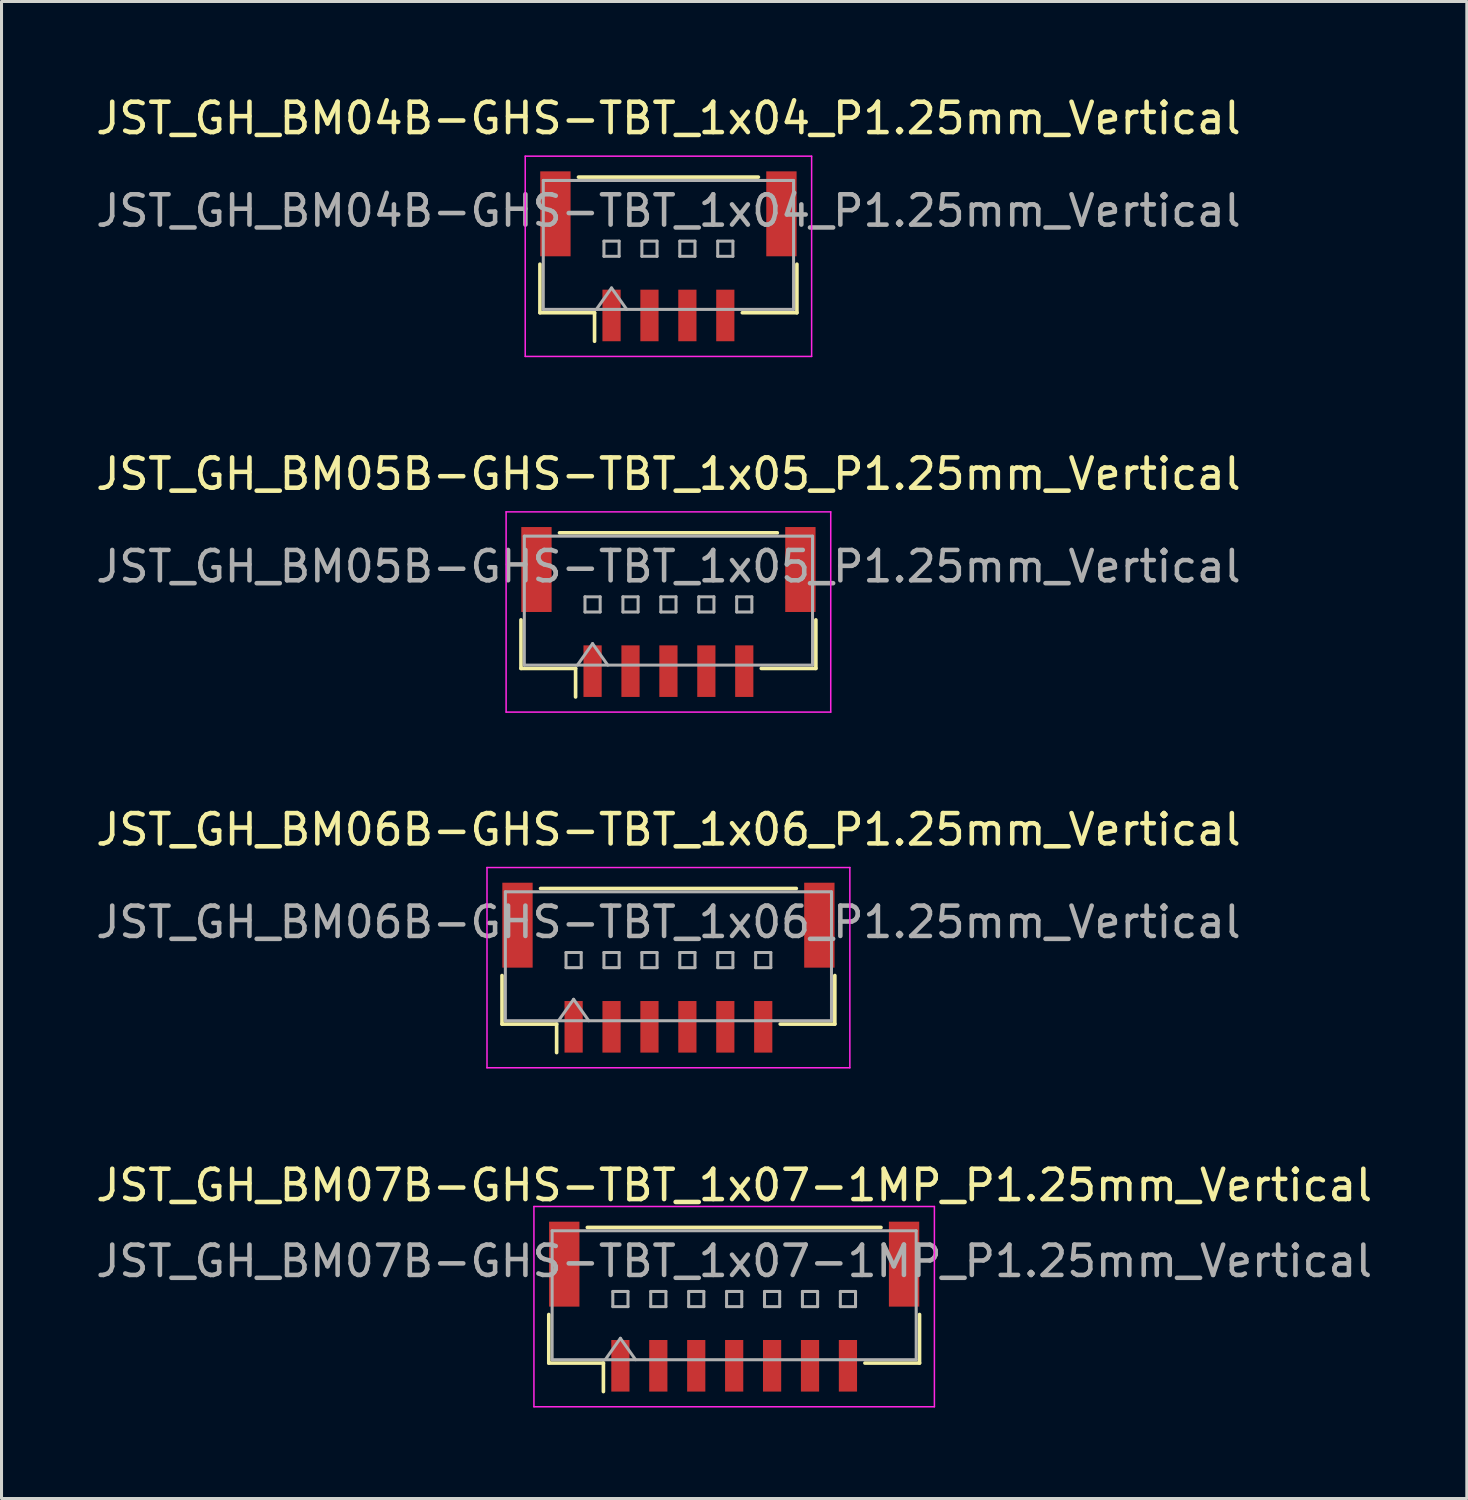
<source format=kicad_pcb>
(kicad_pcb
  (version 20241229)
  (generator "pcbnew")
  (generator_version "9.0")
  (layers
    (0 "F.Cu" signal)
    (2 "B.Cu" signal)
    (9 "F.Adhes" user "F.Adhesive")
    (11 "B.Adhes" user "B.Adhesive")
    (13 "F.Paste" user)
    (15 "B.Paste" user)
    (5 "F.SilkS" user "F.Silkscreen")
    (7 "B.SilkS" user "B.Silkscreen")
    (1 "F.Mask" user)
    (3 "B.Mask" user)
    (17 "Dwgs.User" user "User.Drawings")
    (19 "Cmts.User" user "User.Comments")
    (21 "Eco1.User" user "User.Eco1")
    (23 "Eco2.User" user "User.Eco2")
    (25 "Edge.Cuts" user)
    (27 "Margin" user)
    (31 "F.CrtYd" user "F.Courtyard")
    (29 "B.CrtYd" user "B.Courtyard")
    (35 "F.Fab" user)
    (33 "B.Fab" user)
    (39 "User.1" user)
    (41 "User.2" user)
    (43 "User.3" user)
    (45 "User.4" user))
  (footprint "JST_GH_BM05B-GHS-TBT_1x05_P1.25mm_Vertical"
    (layer "F.Cu")
    (at 18.982 17.122)
    (property "Reference" "JST_GH_BM05B-GHS-TBT_1x05_P1.25mm_Vertical" (at 0 -4.55 0) (layer "F.SilkS") (effects (font (size 1 1) (thickness 0.15))))
    (attr smd)
    (fp_line (start -4.86 0.26) (end -4.86 1.86) (stroke (width 0.12) (type solid)) (layer "F.SilkS"))
    (fp_line (start -4.86 1.86) (end -3.06 1.86) (stroke (width 0.12) (type solid)) (layer "F.SilkS"))
    (fp_line (start -3.59 -2.61) (end 3.59 -2.61) (stroke (width 0.12) (type solid)) (layer "F.SilkS"))
    (fp_line (start -3.06 1.86) (end -3.06 2.8) (stroke (width 0.12) (type solid)) (layer "F.SilkS"))
    (fp_line (start 4.86 0.26) (end 4.86 1.86) (stroke (width 0.12) (type solid)) (layer "F.SilkS"))
    (fp_line (start 4.86 1.86) (end 3.06 1.86) (stroke (width 0.12) (type solid)) (layer "F.SilkS"))
    (fp_line (start -5.35 -3.3) (end -5.35 3.3) (stroke (width 0.05) (type solid)) (layer "F.CrtYd"))
    (fp_line (start -5.35 3.3) (end 5.35 3.3) (stroke (width 0.05) (type solid)) (layer "F.CrtYd"))
    (fp_line (start 5.35 -3.3) (end -5.35 -3.3) (stroke (width 0.05) (type solid)) (layer "F.CrtYd"))
    (fp_line (start 5.35 3.3) (end 5.35 -3.3) (stroke (width 0.05) (type solid)) (layer "F.CrtYd"))
    (fp_line (start -4.75 -2.5) (end 4.75 -2.5) (stroke (width 0.1) (type solid)) (layer "F.Fab"))
    (fp_line (start -4.75 1.75) (end -4.75 -2.5) (stroke (width 0.1) (type solid)) (layer "F.Fab"))
    (fp_line (start -4.75 1.75) (end 4.75 1.75) (stroke (width 0.1) (type solid)) (layer "F.Fab"))
    (fp_line (start -3 1.75) (end -2.5 1.043) (stroke (width 0.1) (type solid)) (layer "F.Fab"))
    (fp_line (start -2.75 -0.5) (end -2.75 0) (stroke (width 0.1) (type solid)) (layer "F.Fab"))
    (fp_line (start -2.75 0) (end -2.25 0) (stroke (width 0.1) (type solid)) (layer "F.Fab"))
    (fp_line (start -2.5 1.043) (end -2 1.75) (stroke (width 0.1) (type solid)) (layer "F.Fab"))
    (fp_line (start -2.25 -0.5) (end -2.75 -0.5) (stroke (width 0.1) (type solid)) (layer "F.Fab"))
    (fp_line (start -2.25 0) (end -2.25 -0.5) (stroke (width 0.1) (type solid)) (layer "F.Fab"))
    (fp_line (start -1.5 -0.5) (end -1.5 0) (stroke (width 0.1) (type solid)) (layer "F.Fab"))
    (fp_line (start -1.5 0) (end -1 0) (stroke (width 0.1) (type solid)) (layer "F.Fab"))
    (fp_line (start -1 -0.5) (end -1.5 -0.5) (stroke (width 0.1) (type solid)) (layer "F.Fab"))
    (fp_line (start -1 0) (end -1 -0.5) (stroke (width 0.1) (type solid)) (layer "F.Fab"))
    (fp_line (start -0.25 -0.5) (end -0.25 0) (stroke (width 0.1) (type solid)) (layer "F.Fab"))
    (fp_line (start -0.25 0) (end 0.25 0) (stroke (width 0.1) (type solid)) (layer "F.Fab"))
    (fp_line (start 0.25 -0.5) (end -0.25 -0.5) (stroke (width 0.1) (type solid)) (layer "F.Fab"))
    (fp_line (start 0.25 0) (end 0.25 -0.5) (stroke (width 0.1) (type solid)) (layer "F.Fab"))
    (fp_line (start 1 -0.5) (end 1 0) (stroke (width 0.1) (type solid)) (layer "F.Fab"))
    (fp_line (start 1 0) (end 1.5 0) (stroke (width 0.1) (type solid)) (layer "F.Fab"))
    (fp_line (start 1.5 -0.5) (end 1 -0.5) (stroke (width 0.1) (type solid)) (layer "F.Fab"))
    (fp_line (start 1.5 0) (end 1.5 -0.5) (stroke (width 0.1) (type solid)) (layer "F.Fab"))
    (fp_line (start 2.25 -0.5) (end 2.25 0) (stroke (width 0.1) (type solid)) (layer "F.Fab"))
    (fp_line (start 2.25 0) (end 2.75 0) (stroke (width 0.1) (type solid)) (layer "F.Fab"))
    (fp_line (start 2.75 -0.5) (end 2.25 -0.5) (stroke (width 0.1) (type solid)) (layer "F.Fab"))
    (fp_line (start 2.75 0) (end 2.75 -0.5) (stroke (width 0.1) (type solid)) (layer "F.Fab"))
    (fp_line (start 4.75 1.75) (end 4.75 -2.5) (stroke (width 0.1) (type solid)) (layer "F.Fab"))
    (fp_text user "${REFERENCE}" (at 0 -1.5 0) (layer "F.Fab") (effects (font (size 1 1) (thickness 0.15))))
    (pad "" smd rect (at -4.35 -1.4) (size 1 2.8) (layers "F.Cu" "F.Mask" "F.Paste"))
    (pad "" smd rect (at 4.35 -1.4) (size 1 2.8) (layers "F.Cu" "F.Mask" "F.Paste"))
    (pad "1" smd rect (at -2.5 1.95) (size 0.6 1.7) (layers "F.Cu" "F.Mask" "F.Paste"))
    (pad "2" smd rect (at -1.25 1.95) (size 0.6 1.7) (layers "F.Cu" "F.Mask" "F.Paste"))
    (pad "3" smd rect (at 0 1.95) (size 0.6 1.7) (layers "F.Cu" "F.Mask" "F.Paste"))
    (pad "4" smd rect (at 1.25 1.95) (size 0.6 1.7) (layers "F.Cu" "F.Mask" "F.Paste"))
    (pad "5" smd rect (at 2.5 1.95) (size 0.6 1.7) (layers "F.Cu" "F.Mask" "F.Paste")))
  (footprint "JST_GH_BM06B-GHS-TBT_1x06_P1.25mm_Vertical"
    (layer "F.Cu")
    (at 18.982 28.845)
    (property "Reference" "JST_GH_BM06B-GHS-TBT_1x06_P1.25mm_Vertical" (at 0 -4.55 0) (layer "F.SilkS") (effects (font (size 1 1) (thickness 0.15))))
    (attr smd)
    (fp_line (start -5.485 0.26) (end -5.485 1.86) (stroke (width 0.12) (type solid)) (layer "F.SilkS"))
    (fp_line (start -5.485 1.86) (end -3.685 1.86) (stroke (width 0.12) (type solid)) (layer "F.SilkS"))
    (fp_line (start -4.215 -2.61) (end 4.215 -2.61) (stroke (width 0.12) (type solid)) (layer "F.SilkS"))
    (fp_line (start -3.685 1.86) (end -3.685 2.8) (stroke (width 0.12) (type solid)) (layer "F.SilkS"))
    (fp_line (start 5.485 0.26) (end 5.485 1.86) (stroke (width 0.12) (type solid)) (layer "F.SilkS"))
    (fp_line (start 5.485 1.86) (end 3.685 1.86) (stroke (width 0.12) (type solid)) (layer "F.SilkS"))
    (fp_line (start -5.98 -3.3) (end -5.98 3.3) (stroke (width 0.05) (type solid)) (layer "F.CrtYd"))
    (fp_line (start -5.98 3.3) (end 5.98 3.3) (stroke (width 0.05) (type solid)) (layer "F.CrtYd"))
    (fp_line (start 5.98 -3.3) (end -5.98 -3.3) (stroke (width 0.05) (type solid)) (layer "F.CrtYd"))
    (fp_line (start 5.98 3.3) (end 5.98 -3.3) (stroke (width 0.05) (type solid)) (layer "F.CrtYd"))
    (fp_line (start -5.375 -2.5) (end 5.375 -2.5) (stroke (width 0.1) (type solid)) (layer "F.Fab"))
    (fp_line (start -5.375 1.75) (end -5.375 -2.5) (stroke (width 0.1) (type solid)) (layer "F.Fab"))
    (fp_line (start -5.375 1.75) (end 5.375 1.75) (stroke (width 0.1) (type solid)) (layer "F.Fab"))
    (fp_line (start -3.625 1.75) (end -3.125 1.043) (stroke (width 0.1) (type solid)) (layer "F.Fab"))
    (fp_line (start -3.375 -0.5) (end -3.375 0) (stroke (width 0.1) (type solid)) (layer "F.Fab"))
    (fp_line (start -3.375 0) (end -2.875 0) (stroke (width 0.1) (type solid)) (layer "F.Fab"))
    (fp_line (start -3.125 1.043) (end -2.625 1.75) (stroke (width 0.1) (type solid)) (layer "F.Fab"))
    (fp_line (start -2.875 -0.5) (end -3.375 -0.5) (stroke (width 0.1) (type solid)) (layer "F.Fab"))
    (fp_line (start -2.875 0) (end -2.875 -0.5) (stroke (width 0.1) (type solid)) (layer "F.Fab"))
    (fp_line (start -2.125 -0.5) (end -2.125 0) (stroke (width 0.1) (type solid)) (layer "F.Fab"))
    (fp_line (start -2.125 0) (end -1.625 0) (stroke (width 0.1) (type solid)) (layer "F.Fab"))
    (fp_line (start -1.625 -0.5) (end -2.125 -0.5) (stroke (width 0.1) (type solid)) (layer "F.Fab"))
    (fp_line (start -1.625 0) (end -1.625 -0.5) (stroke (width 0.1) (type solid)) (layer "F.Fab"))
    (fp_line (start -0.875 -0.5) (end -0.875 0) (stroke (width 0.1) (type solid)) (layer "F.Fab"))
    (fp_line (start -0.875 0) (end -0.375 0) (stroke (width 0.1) (type solid)) (layer "F.Fab"))
    (fp_line (start -0.375 -0.5) (end -0.875 -0.5) (stroke (width 0.1) (type solid)) (layer "F.Fab"))
    (fp_line (start -0.375 0) (end -0.375 -0.5) (stroke (width 0.1) (type solid)) (layer "F.Fab"))
    (fp_line (start 0.375 -0.5) (end 0.375 0) (stroke (width 0.1) (type solid)) (layer "F.Fab"))
    (fp_line (start 0.375 0) (end 0.875 0) (stroke (width 0.1) (type solid)) (layer "F.Fab"))
    (fp_line (start 0.875 -0.5) (end 0.375 -0.5) (stroke (width 0.1) (type solid)) (layer "F.Fab"))
    (fp_line (start 0.875 0) (end 0.875 -0.5) (stroke (width 0.1) (type solid)) (layer "F.Fab"))
    (fp_line (start 1.625 -0.5) (end 1.625 0) (stroke (width 0.1) (type solid)) (layer "F.Fab"))
    (fp_line (start 1.625 0) (end 2.125 0) (stroke (width 0.1) (type solid)) (layer "F.Fab"))
    (fp_line (start 2.125 -0.5) (end 1.625 -0.5) (stroke (width 0.1) (type solid)) (layer "F.Fab"))
    (fp_line (start 2.125 0) (end 2.125 -0.5) (stroke (width 0.1) (type solid)) (layer "F.Fab"))
    (fp_line (start 2.875 -0.5) (end 2.875 0) (stroke (width 0.1) (type solid)) (layer "F.Fab"))
    (fp_line (start 2.875 0) (end 3.375 0) (stroke (width 0.1) (type solid)) (layer "F.Fab"))
    (fp_line (start 3.375 -0.5) (end 2.875 -0.5) (stroke (width 0.1) (type solid)) (layer "F.Fab"))
    (fp_line (start 3.375 0) (end 3.375 -0.5) (stroke (width 0.1) (type solid)) (layer "F.Fab"))
    (fp_line (start 5.375 1.75) (end 5.375 -2.5) (stroke (width 0.1) (type solid)) (layer "F.Fab"))
    (fp_text user "${REFERENCE}" (at 0 -1.5 0) (layer "F.Fab") (effects (font (size 1 1) (thickness 0.15))))
    (pad "" smd rect (at -4.975 -1.4) (size 1 2.8) (layers "F.Cu" "F.Mask" "F.Paste"))
    (pad "" smd rect (at 4.975 -1.4) (size 1 2.8) (layers "F.Cu" "F.Mask" "F.Paste"))
    (pad "1" smd rect (at -3.125 1.95) (size 0.6 1.7) (layers "F.Cu" "F.Mask" "F.Paste"))
    (pad "2" smd rect (at -1.875 1.95) (size 0.6 1.7) (layers "F.Cu" "F.Mask" "F.Paste"))
    (pad "3" smd rect (at -0.625 1.95) (size 0.6 1.7) (layers "F.Cu" "F.Mask" "F.Paste"))
    (pad "4" smd rect (at 0.625 1.95) (size 0.6 1.7) (layers "F.Cu" "F.Mask" "F.Paste"))
    (pad "5" smd rect (at 1.875 1.95) (size 0.6 1.7) (layers "F.Cu" "F.Mask" "F.Paste"))
    (pad "6" smd rect (at 3.125 1.95) (size 0.6 1.7) (layers "F.Cu" "F.Mask" "F.Paste")))
  (footprint "JST_GH_BM07B-GHS-TBT_1x07-1MP_P1.25mm_Vertical"
    (layer "F.Cu")
    (at 21.149 40.018)
    (property "Reference" "JST_GH_BM07B-GHS-TBT_1x07-1MP_P1.25mm_Vertical" (at 0 -4 0) (layer "F.SilkS") (effects (font (size 1 1) (thickness 0.15))))
    (attr smd)
    (fp_line (start -6.11 0.26) (end -6.11 1.86) (stroke (width 0.12) (type solid)) (layer "F.SilkS"))
    (fp_line (start -6.11 1.86) (end -4.31 1.86) (stroke (width 0.12) (type solid)) (layer "F.SilkS"))
    (fp_line (start -4.84 -2.61) (end 4.84 -2.61) (stroke (width 0.12) (type solid)) (layer "F.SilkS"))
    (fp_line (start -4.31 1.86) (end -4.31 2.8) (stroke (width 0.12) (type solid)) (layer "F.SilkS"))
    (fp_line (start 6.11 0.26) (end 6.11 1.86) (stroke (width 0.12) (type solid)) (layer "F.SilkS"))
    (fp_line (start 6.11 1.86) (end 4.31 1.86) (stroke (width 0.12) (type solid)) (layer "F.SilkS"))
    (fp_line (start -6.6 -3.3) (end -6.6 3.3) (stroke (width 0.05) (type solid)) (layer "F.CrtYd"))
    (fp_line (start -6.6 3.3) (end 6.6 3.3) (stroke (width 0.05) (type solid)) (layer "F.CrtYd"))
    (fp_line (start 6.6 -3.3) (end -6.6 -3.3) (stroke (width 0.05) (type solid)) (layer "F.CrtYd"))
    (fp_line (start 6.6 3.3) (end 6.6 -3.3) (stroke (width 0.05) (type solid)) (layer "F.CrtYd"))
    (fp_line (start -6 -2.5) (end 6 -2.5) (stroke (width 0.1) (type solid)) (layer "F.Fab"))
    (fp_line (start -6 1.75) (end -6 -2.5) (stroke (width 0.1) (type solid)) (layer "F.Fab"))
    (fp_line (start -6 1.75) (end 6 1.75) (stroke (width 0.1) (type solid)) (layer "F.Fab"))
    (fp_line (start -4.25 1.75) (end -3.75 1.043) (stroke (width 0.1) (type solid)) (layer "F.Fab"))
    (fp_line (start -4 -0.5) (end -4 0) (stroke (width 0.1) (type solid)) (layer "F.Fab"))
    (fp_line (start -4 0) (end -3.5 0) (stroke (width 0.1) (type solid)) (layer "F.Fab"))
    (fp_line (start -3.75 1.043) (end -3.25 1.75) (stroke (width 0.1) (type solid)) (layer "F.Fab"))
    (fp_line (start -3.5 -0.5) (end -4 -0.5) (stroke (width 0.1) (type solid)) (layer "F.Fab"))
    (fp_line (start -3.5 0) (end -3.5 -0.5) (stroke (width 0.1) (type solid)) (layer "F.Fab"))
    (fp_line (start -2.75 -0.5) (end -2.75 0) (stroke (width 0.1) (type solid)) (layer "F.Fab"))
    (fp_line (start -2.75 0) (end -2.25 0) (stroke (width 0.1) (type solid)) (layer "F.Fab"))
    (fp_line (start -2.25 -0.5) (end -2.75 -0.5) (stroke (width 0.1) (type solid)) (layer "F.Fab"))
    (fp_line (start -2.25 0) (end -2.25 -0.5) (stroke (width 0.1) (type solid)) (layer "F.Fab"))
    (fp_line (start -1.5 -0.5) (end -1.5 0) (stroke (width 0.1) (type solid)) (layer "F.Fab"))
    (fp_line (start -1.5 0) (end -1 0) (stroke (width 0.1) (type solid)) (layer "F.Fab"))
    (fp_line (start -1 -0.5) (end -1.5 -0.5) (stroke (width 0.1) (type solid)) (layer "F.Fab"))
    (fp_line (start -1 0) (end -1 -0.5) (stroke (width 0.1) (type solid)) (layer "F.Fab"))
    (fp_line (start -0.25 -0.5) (end -0.25 0) (stroke (width 0.1) (type solid)) (layer "F.Fab"))
    (fp_line (start -0.25 0) (end 0.25 0) (stroke (width 0.1) (type solid)) (layer "F.Fab"))
    (fp_line (start 0.25 -0.5) (end -0.25 -0.5) (stroke (width 0.1) (type solid)) (layer "F.Fab"))
    (fp_line (start 0.25 0) (end 0.25 -0.5) (stroke (width 0.1) (type solid)) (layer "F.Fab"))
    (fp_line (start 1 -0.5) (end 1 0) (stroke (width 0.1) (type solid)) (layer "F.Fab"))
    (fp_line (start 1 0) (end 1.5 0) (stroke (width 0.1) (type solid)) (layer "F.Fab"))
    (fp_line (start 1.5 -0.5) (end 1 -0.5) (stroke (width 0.1) (type solid)) (layer "F.Fab"))
    (fp_line (start 1.5 0) (end 1.5 -0.5) (stroke (width 0.1) (type solid)) (layer "F.Fab"))
    (fp_line (start 2.25 -0.5) (end 2.25 0) (stroke (width 0.1) (type solid)) (layer "F.Fab"))
    (fp_line (start 2.25 0) (end 2.75 0) (stroke (width 0.1) (type solid)) (layer "F.Fab"))
    (fp_line (start 2.75 -0.5) (end 2.25 -0.5) (stroke (width 0.1) (type solid)) (layer "F.Fab"))
    (fp_line (start 2.75 0) (end 2.75 -0.5) (stroke (width 0.1) (type solid)) (layer "F.Fab"))
    (fp_line (start 3.5 -0.5) (end 3.5 0) (stroke (width 0.1) (type solid)) (layer "F.Fab"))
    (fp_line (start 3.5 0) (end 4 0) (stroke (width 0.1) (type solid)) (layer "F.Fab"))
    (fp_line (start 4 -0.5) (end 3.5 -0.5) (stroke (width 0.1) (type solid)) (layer "F.Fab"))
    (fp_line (start 4 0) (end 4 -0.5) (stroke (width 0.1) (type solid)) (layer "F.Fab"))
    (fp_line (start 6 1.75) (end 6 -2.5) (stroke (width 0.1) (type solid)) (layer "F.Fab"))
    (fp_text user "${REFERENCE}" (at 0 -1.5 0) (layer "F.Fab") (effects (font (size 1 1) (thickness 0.15))))
    (pad "1" smd rect (at -3.75 1.95) (size 0.6 1.7) (layers "F.Cu" "F.Mask" "F.Paste"))
    (pad "2" smd rect (at -2.5 1.95) (size 0.6 1.7) (layers "F.Cu" "F.Mask" "F.Paste"))
    (pad "3" smd rect (at -1.25 1.95) (size 0.6 1.7) (layers "F.Cu" "F.Mask" "F.Paste"))
    (pad "4" smd rect (at 0 1.95) (size 0.6 1.7) (layers "F.Cu" "F.Mask" "F.Paste"))
    (pad "5" smd rect (at 1.25 1.95) (size 0.6 1.7) (layers "F.Cu" "F.Mask" "F.Paste"))
    (pad "6" smd rect (at 2.5 1.95) (size 0.6 1.7) (layers "F.Cu" "F.Mask" "F.Paste"))
    (pad "7" smd rect (at 3.75 1.95) (size 0.6 1.7) (layers "F.Cu" "F.Mask" "F.Paste"))
    (pad "MP" smd rect (at -5.6 -1.4) (size 1 2.8) (layers "F.Cu" "F.Mask" "F.Paste"))
    (pad "MP" smd rect (at 5.6 -1.4) (size 1 2.8) (layers "F.Cu" "F.Mask" "F.Paste")))
  (footprint "JST_GH_BM04B-GHS-TBT_1x04_P1.25mm_Vertical"
    (layer "F.Cu")
    (at 18.982 5.398)
    (property "Reference" "JST_GH_BM04B-GHS-TBT_1x04_P1.25mm_Vertical" (at 0 -4.55 0) (layer "F.SilkS") (effects (font (size 1 1) (thickness 0.15))))
    (attr smd)
    (fp_line (start -4.235 0.26) (end -4.235 1.86) (stroke (width 0.12) (type solid)) (layer "F.SilkS"))
    (fp_line (start -4.235 1.86) (end -2.435 1.86) (stroke (width 0.12) (type solid)) (layer "F.SilkS"))
    (fp_line (start -2.965 -2.61) (end 2.965 -2.61) (stroke (width 0.12) (type solid)) (layer "F.SilkS"))
    (fp_line (start -2.435 1.86) (end -2.435 2.8) (stroke (width 0.12) (type solid)) (layer "F.SilkS"))
    (fp_line (start 4.235 0.26) (end 4.235 1.86) (stroke (width 0.12) (type solid)) (layer "F.SilkS"))
    (fp_line (start 4.235 1.86) (end 2.435 1.86) (stroke (width 0.12) (type solid)) (layer "F.SilkS"))
    (fp_line (start -4.72 -3.3) (end -4.72 3.3) (stroke (width 0.05) (type solid)) (layer "F.CrtYd"))
    (fp_line (start -4.72 3.3) (end 4.72 3.3) (stroke (width 0.05) (type solid)) (layer "F.CrtYd"))
    (fp_line (start 4.72 -3.3) (end -4.72 -3.3) (stroke (width 0.05) (type solid)) (layer "F.CrtYd"))
    (fp_line (start 4.72 3.3) (end 4.72 -3.3) (stroke (width 0.05) (type solid)) (layer "F.CrtYd"))
    (fp_line (start -4.125 -2.5) (end 4.125 -2.5) (stroke (width 0.1) (type solid)) (layer "F.Fab"))
    (fp_line (start -4.125 1.75) (end -4.125 -2.5) (stroke (width 0.1) (type solid)) (layer "F.Fab"))
    (fp_line (start -4.125 1.75) (end 4.125 1.75) (stroke (width 0.1) (type solid)) (layer "F.Fab"))
    (fp_line (start -2.375 1.75) (end -1.875 1.043) (stroke (width 0.1) (type solid)) (layer "F.Fab"))
    (fp_line (start -2.125 -0.5) (end -2.125 0) (stroke (width 0.1) (type solid)) (layer "F.Fab"))
    (fp_line (start -2.125 0) (end -1.625 0) (stroke (width 0.1) (type solid)) (layer "F.Fab"))
    (fp_line (start -1.875 1.043) (end -1.375 1.75) (stroke (width 0.1) (type solid)) (layer "F.Fab"))
    (fp_line (start -1.625 -0.5) (end -2.125 -0.5) (stroke (width 0.1) (type solid)) (layer "F.Fab"))
    (fp_line (start -1.625 0) (end -1.625 -0.5) (stroke (width 0.1) (type solid)) (layer "F.Fab"))
    (fp_line (start -0.875 -0.5) (end -0.875 0) (stroke (width 0.1) (type solid)) (layer "F.Fab"))
    (fp_line (start -0.875 0) (end -0.375 0) (stroke (width 0.1) (type solid)) (layer "F.Fab"))
    (fp_line (start -0.375 -0.5) (end -0.875 -0.5) (stroke (width 0.1) (type solid)) (layer "F.Fab"))
    (fp_line (start -0.375 0) (end -0.375 -0.5) (stroke (width 0.1) (type solid)) (layer "F.Fab"))
    (fp_line (start 0.375 -0.5) (end 0.375 0) (stroke (width 0.1) (type solid)) (layer "F.Fab"))
    (fp_line (start 0.375 0) (end 0.875 0) (stroke (width 0.1) (type solid)) (layer "F.Fab"))
    (fp_line (start 0.875 -0.5) (end 0.375 -0.5) (stroke (width 0.1) (type solid)) (layer "F.Fab"))
    (fp_line (start 0.875 0) (end 0.875 -0.5) (stroke (width 0.1) (type solid)) (layer "F.Fab"))
    (fp_line (start 1.625 -0.5) (end 1.625 0) (stroke (width 0.1) (type solid)) (layer "F.Fab"))
    (fp_line (start 1.625 0) (end 2.125 0) (stroke (width 0.1) (type solid)) (layer "F.Fab"))
    (fp_line (start 2.125 -0.5) (end 1.625 -0.5) (stroke (width 0.1) (type solid)) (layer "F.Fab"))
    (fp_line (start 2.125 0) (end 2.125 -0.5) (stroke (width 0.1) (type solid)) (layer "F.Fab"))
    (fp_line (start 4.125 1.75) (end 4.125 -2.5) (stroke (width 0.1) (type solid)) (layer "F.Fab"))
    (fp_text user "${REFERENCE}" (at 0 -1.5 0) (layer "F.Fab") (effects (font (size 1 1) (thickness 0.15))))
    (pad "" smd rect (at -3.725 -1.4) (size 1 2.8) (layers "F.Cu" "F.Mask" "F.Paste"))
    (pad "" smd rect (at 3.725 -1.4) (size 1 2.8) (layers "F.Cu" "F.Mask" "F.Paste"))
    (pad "1" smd rect (at -1.875 1.95) (size 0.6 1.7) (layers "F.Cu" "F.Mask" "F.Paste"))
    (pad "2" smd rect (at -0.625 1.95) (size 0.6 1.7) (layers "F.Cu" "F.Mask" "F.Paste"))
    (pad "3" smd rect (at 0.625 1.95) (size 0.6 1.7) (layers "F.Cu" "F.Mask" "F.Paste"))
    (pad "4" smd rect (at 1.875 1.95) (size 0.6 1.7) (layers "F.Cu" "F.Mask" "F.Paste")))
  (gr_rect
    (start -3 -3)
    (end 45.298 46.343)
    (stroke (width 0.1) (type default))
    (fill no)
    (layer "Edge.Cuts")))
</source>
